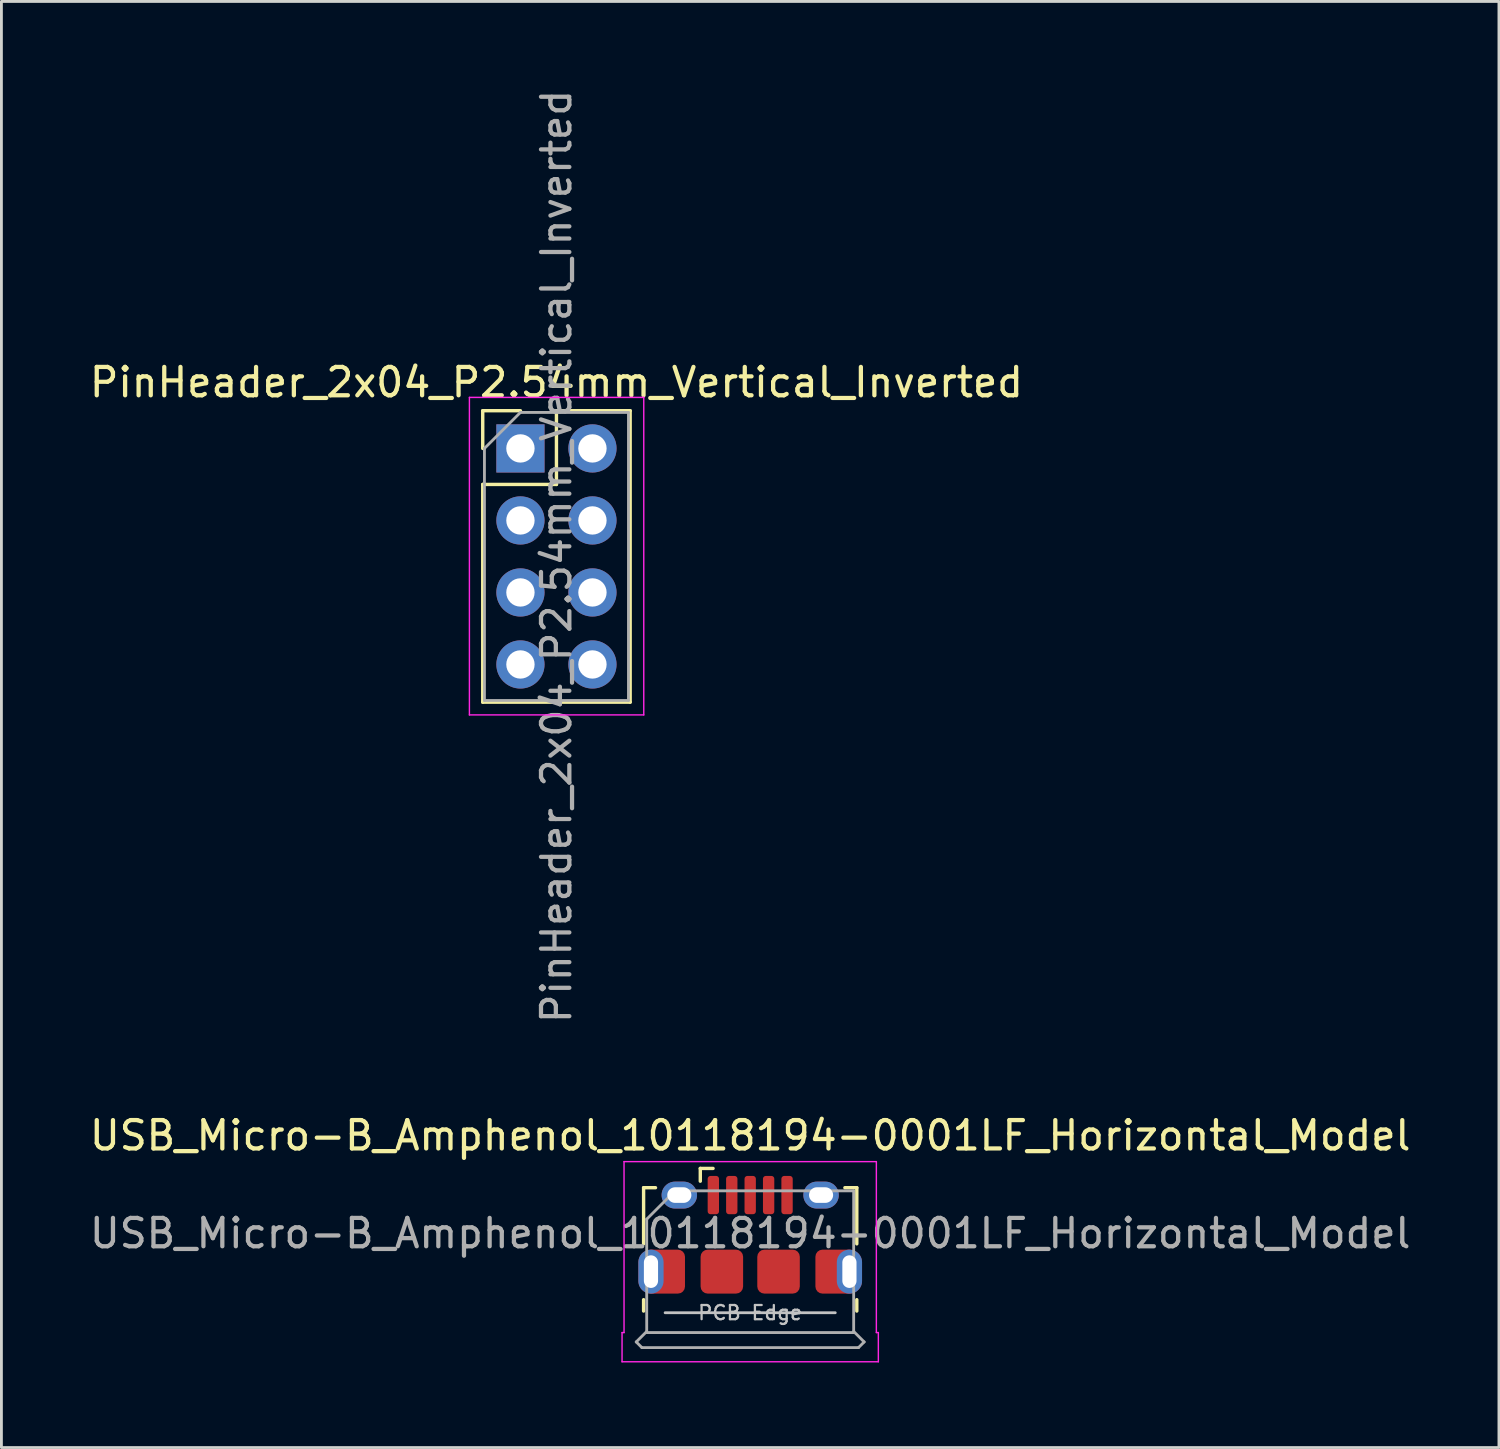
<source format=kicad_pcb>
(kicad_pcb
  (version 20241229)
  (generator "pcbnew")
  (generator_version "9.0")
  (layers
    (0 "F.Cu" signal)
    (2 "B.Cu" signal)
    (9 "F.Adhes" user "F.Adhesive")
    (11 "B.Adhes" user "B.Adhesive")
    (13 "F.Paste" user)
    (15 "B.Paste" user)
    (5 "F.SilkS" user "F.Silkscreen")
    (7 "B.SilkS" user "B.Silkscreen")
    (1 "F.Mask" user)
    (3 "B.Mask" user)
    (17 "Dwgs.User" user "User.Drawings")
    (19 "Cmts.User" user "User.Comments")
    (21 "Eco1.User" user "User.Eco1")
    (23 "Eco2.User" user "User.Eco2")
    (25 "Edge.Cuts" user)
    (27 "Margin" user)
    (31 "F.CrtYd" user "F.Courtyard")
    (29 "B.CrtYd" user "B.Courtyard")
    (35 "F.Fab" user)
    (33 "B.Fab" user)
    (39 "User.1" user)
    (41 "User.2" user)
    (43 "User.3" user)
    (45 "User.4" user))
  (footprint "USB_Micro-B_Amphenol_10118194-0001LF_Horizontal_Model"
    (layer "F.Cu")
    (at 23.411 40.503)
    (property "Reference" "USB_Micro-B_Amphenol_10118194-0001LF_Horizontal_Model" (at 0 -3.5 0) (layer "F.SilkS") (effects (font (size 1 1) (thickness 0.15))))
    (attr smd)
    (fp_line (start -3.76 -1.66) (end -3.34 -1.66) (stroke (width 0.12) (type solid)) (layer "F.SilkS"))
    (fp_line (start -3.76 0.32) (end -3.76 -1.66) (stroke (width 0.12) (type solid)) (layer "F.SilkS"))
    (fp_line (start -3.76 2.69) (end -3.76 2.29) (stroke (width 0.12) (type solid)) (layer "F.SilkS"))
    (fp_line (start -1.76 -1.89) (end -1.76 -2.34) (stroke (width 0.12) (type solid)) (layer "F.SilkS"))
    (fp_line (start -1.31 -2.34) (end -1.76 -2.34) (stroke (width 0.12) (type solid)) (layer "F.SilkS"))
    (fp_line (start 3.76 -1.66) (end 3.34 -1.66) (stroke (width 0.12) (type solid)) (layer "F.SilkS"))
    (fp_line (start 3.76 0.32) (end 3.76 -1.66) (stroke (width 0.12) (type solid)) (layer "F.SilkS"))
    (fp_line (start 3.76 2.29) (end 3.76 2.69) (stroke (width 0.12) (type solid)) (layer "F.SilkS"))
    (fp_line (start 3 2.75) (end -3 2.75) (stroke (width 0.1) (type solid)) (layer "Dwgs.User"))
    (fp_line (start -4.52 3.45) (end -4.52 4.48) (stroke (width 0.05) (type default)) (layer "F.CrtYd"))
    (fp_line (start -4.52 4.48) (end 4.52 4.48) (stroke (width 0.05) (type solid)) (layer "F.CrtYd"))
    (fp_line (start -4.45 -2.58) (end -4.45 3.45) (stroke (width 0.05) (type solid)) (layer "F.CrtYd"))
    (fp_line (start -4.45 -2.58) (end 4.45 -2.58) (stroke (width 0.05) (type solid)) (layer "F.CrtYd"))
    (fp_line (start -4.45 3.45) (end -4.52 3.45) (stroke (width 0.05) (type default)) (layer "F.CrtYd"))
    (fp_line (start 4.45 -2.58) (end 4.45 3.45) (stroke (width 0.05) (type solid)) (layer "F.CrtYd"))
    (fp_line (start 4.45 3.45) (end 4.52 3.45) (stroke (width 0.05) (type default)) (layer "F.CrtYd"))
    (fp_line (start 4.52 3.45) (end 4.52 4.48) (stroke (width 0.05) (type default)) (layer "F.CrtYd"))
    (fp_line (start -4.02 3.78) (end -3.65 3.41) (stroke (width 0.1) (type default)) (layer "F.Fab"))
    (fp_line (start -3.82 3.98) (end -4.02 3.78) (stroke (width 0.1) (type default)) (layer "F.Fab"))
    (fp_line (start -3.82 3.98) (end 3.82 3.98) (stroke (width 0.1) (type default)) (layer "F.Fab"))
    (fp_line (start -3.65 -0.55) (end -2.65 -1.55) (stroke (width 0.1) (type solid)) (layer "F.Fab"))
    (fp_line (start -3.65 3.45) (end -3.65 -0.55) (stroke (width 0.1) (type solid)) (layer "F.Fab"))
    (fp_line (start -2.65 -1.55) (end 3.65 -1.55) (stroke (width 0.1) (type solid)) (layer "F.Fab"))
    (fp_line (start 3.65 -1.55) (end 3.65 3.45) (stroke (width 0.1) (type solid)) (layer "F.Fab"))
    (fp_line (start 3.65 3.41) (end 4.02 3.78) (stroke (width 0.1) (type default)) (layer "F.Fab"))
    (fp_line (start 3.65 3.45) (end -3.65 3.45) (stroke (width 0.1) (type solid)) (layer "F.Fab"))
    (fp_line (start 4.02 3.78) (end 3.82 3.98) (stroke (width 0.1) (type default)) (layer "F.Fab"))
    (fp_text user "PCB Edge" (at 0 2.75 0) (layer "Dwgs.User") (effects (font (size 0.5 0.5) (thickness 0.08))))
    (fp_text user "${REFERENCE}" (at 0 -0.05 0) (layer "F.Fab") (effects (font (size 1 1) (thickness 0.15))))
    (pad "" smd oval (at -3.5 1.3) (size 0.89 1.55) (layers "F.Paste"))
    (pad "" smd oval (at -2.5 -1.4) (size 1.25 0.95) (layers "F.Paste"))
    (pad "" smd oval (at 2.5 -1.4) (size 1.25 0.95) (layers "F.Paste"))
    (pad "" smd oval (at 3.5 1.3) (size 0.89 1.55) (layers "F.Paste"))
    (pad "1" smd roundrect (at -1.3 -1.4) (size 0.4 1.35) (layers "F.Cu" "F.Mask" "F.Paste") (roundrect_rratio 0.25))
    (pad "2" smd roundrect (at -0.65 -1.4) (size 0.4 1.35) (layers "F.Cu" "F.Mask" "F.Paste") (roundrect_rratio 0.25))
    (pad "3" smd roundrect (at 0 -1.4) (size 0.4 1.35) (layers "F.Cu" "F.Mask" "F.Paste") (roundrect_rratio 0.25))
    (pad "4" smd roundrect (at 0.65 -1.4) (size 0.4 1.35) (layers "F.Cu" "F.Mask" "F.Paste") (roundrect_rratio 0.25))
    (pad "5" smd roundrect (at 1.3 -1.4) (size 0.4 1.35) (layers "F.Cu" "F.Mask" "F.Paste") (roundrect_rratio 0.25))
    (pad "6" thru_hole oval (at -3.5 1.3) (size 0.89 1.55) (drill oval 0.5 1.15) (layers "*.Cu" "*.Mask"))
    (pad "6" smd roundrect (at -3.025 1.3) (size 1.45 1.55) (layers "F.Cu" "F.Mask" "F.Paste") (roundrect_rratio 0.172))
    (pad "6" thru_hole oval (at -2.5 -1.4) (size 1.25 0.95) (drill oval 0.85 0.55) (layers "*.Cu" "*.Mask"))
    (pad "6" smd roundrect (at -1 1.3) (size 1.5 1.55) (layers "F.Cu" "F.Mask" "F.Paste") (roundrect_rratio 0.167))
    (pad "6" smd roundrect (at 1 1.3) (size 1.5 1.55) (layers "F.Cu" "F.Mask" "F.Paste") (roundrect_rratio 0.167))
    (pad "6" thru_hole oval (at 2.5 -1.4) (size 1.25 0.95) (drill oval 0.85 0.55) (layers "*.Cu" "*.Mask"))
    (pad "6" smd roundrect (at 3.025 1.3) (size 1.45 1.55) (layers "F.Cu" "F.Mask" "F.Paste") (roundrect_rratio 0.172))
    (pad "6" thru_hole oval (at 3.5 1.3) (size 0.89 1.55) (drill oval 0.5 1.15) (layers "*.Cu" "*.Mask")))
  (footprint "PinHeader_2x04_P2.54mm_Vertical_Inverted"
    (layer "F.Cu")
    (at 15.307 12.767)
    (property "Reference" "PinHeader_2x04_P2.54mm_Vertical_Inverted" (at 1.27 -2.33 0) (layer "F.SilkS") (effects (font (size 1 1) (thickness 0.15))))
    (attr through_hole)
    (fp_line (start -1.33 -1.33) (end 0 -1.33) (stroke (width 0.12) (type solid)) (layer "F.SilkS"))
    (fp_line (start -1.33 0) (end -1.33 -1.33) (stroke (width 0.12) (type solid)) (layer "F.SilkS"))
    (fp_line (start -1.33 1.27) (end -1.33 8.95) (stroke (width 0.12) (type solid)) (layer "F.SilkS"))
    (fp_line (start -1.33 1.27) (end 1.27 1.27) (stroke (width 0.12) (type solid)) (layer "F.SilkS"))
    (fp_line (start -1.33 8.95) (end 3.87 8.95) (stroke (width 0.12) (type solid)) (layer "F.SilkS"))
    (fp_line (start 1.27 -1.33) (end 3.87 -1.33) (stroke (width 0.12) (type solid)) (layer "F.SilkS"))
    (fp_line (start 1.27 1.27) (end 1.27 -1.33) (stroke (width 0.12) (type solid)) (layer "F.SilkS"))
    (fp_line (start 3.87 -1.33) (end 3.87 8.95) (stroke (width 0.12) (type solid)) (layer "F.SilkS"))
    (fp_line (start -1.8 -1.8) (end -1.8 9.4) (stroke (width 0.05) (type solid)) (layer "F.CrtYd"))
    (fp_line (start -1.8 9.4) (end 4.35 9.4) (stroke (width 0.05) (type solid)) (layer "F.CrtYd"))
    (fp_line (start 4.35 -1.8) (end -1.8 -1.8) (stroke (width 0.05) (type solid)) (layer "F.CrtYd"))
    (fp_line (start 4.35 9.4) (end 4.35 -1.8) (stroke (width 0.05) (type solid)) (layer "F.CrtYd"))
    (fp_line (start -1.27 0) (end 0 -1.27) (stroke (width 0.1) (type solid)) (layer "F.Fab"))
    (fp_line (start -1.27 8.89) (end -1.27 0) (stroke (width 0.1) (type solid)) (layer "F.Fab"))
    (fp_line (start 0 -1.27) (end 3.81 -1.27) (stroke (width 0.1) (type solid)) (layer "F.Fab"))
    (fp_line (start 3.81 -1.27) (end 3.81 8.89) (stroke (width 0.1) (type solid)) (layer "F.Fab"))
    (fp_line (start 3.81 8.89) (end -1.27 8.89) (stroke (width 0.1) (type solid)) (layer "F.Fab"))
    (fp_text user "${REFERENCE}" (at 1.27 3.81 90) (layer "F.Fab") (effects (font (size 1 1) (thickness 0.15))))
    (pad "1" thru_hole rect (at 0 0) (size 1.7 1.7) (drill 1) (layers "*.Cu" "*.Mask"))
    (pad "2" thru_hole oval (at 0 2.54) (size 1.7 1.7) (drill 1) (layers "*.Cu" "*.Mask"))
    (pad "3" thru_hole oval (at 0 5.08) (size 1.7 1.7) (drill 1) (layers "*.Cu" "*.Mask"))
    (pad "4" thru_hole oval (at 0 7.62) (size 1.7 1.7) (drill 1) (layers "*.Cu" "*.Mask"))
    (pad "5" thru_hole oval (at 2.54 0) (size 1.7 1.7) (drill 1) (layers "*.Cu" "*.Mask"))
    (pad "6" thru_hole oval (at 2.54 2.54) (size 1.7 1.7) (drill 1) (layers "*.Cu" "*.Mask"))
    (pad "7" thru_hole oval (at 2.54 5.08) (size 1.7 1.7) (drill 1) (layers "*.Cu" "*.Mask"))
    (pad "8" thru_hole oval (at 2.54 7.62) (size 1.7 1.7) (drill 1) (layers "*.Cu" "*.Mask")))
  (gr_rect
    (start -3 -3)
    (end 49.821 48.008)
    (stroke (width 0.1) (type default))
    (fill no)
    (layer "Edge.Cuts")))
</source>
